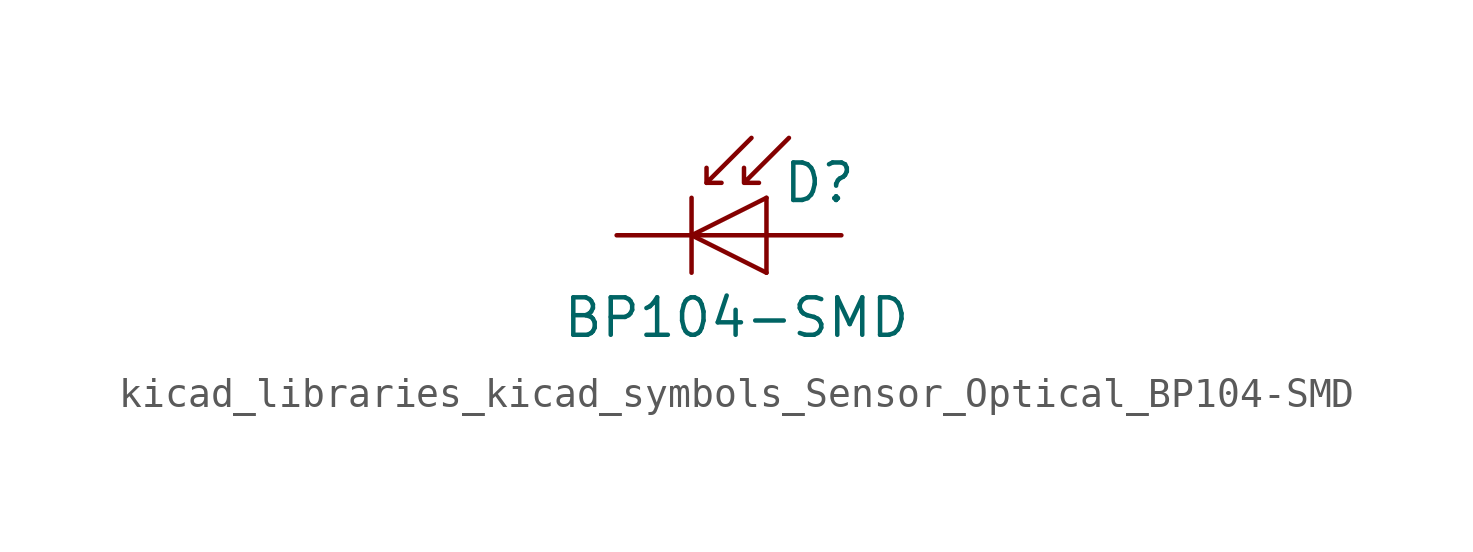
<source format=kicad_sym>
(kicad_symbol_lib
  (version 20220914)
  (generator kicad_symbol_editor)
  (symbol "kicad_libraries_kicad_symbols_Sensor_Optical_BP104-SMD"
    (pin_numbers hide)
    (pin_names
      (offset 1.016) hide)
    (property "Reference" "D"
      (at 0.508 1.778 0)
      (effects (font (size 1.27 1.27)) (justify left)))
    (property "Value" "BP104-SMD"
      (at -1.016 -2.794 0)
      (effects (font (size 1.27 1.27))))
    (symbol "kicad_libraries_kicad_symbols_Sensor_Optical_BP104-SMD_0_1"
      (polyline (pts (xy -2.54 1.27) (xy -2.54 -1.27)) (stroke (width 0.152) (type default)) (fill (type none)))
      (polyline (pts (xy -2.032 1.778) (xy -1.524 1.778)) (stroke (width 0) (type default)) (fill (type none)))
      (polyline (pts (xy 0 -1.27) (xy 0 1.27)) (stroke (width 0) (type default)) (fill (type none)))
      (polyline (pts (xy 0 0) (xy -2.54 0)) (stroke (width 0) (type default)) (fill (type none)))
      (polyline (pts (xy -0.508 3.302) (xy -2.032 1.778) (xy -2.032 2.286)) (stroke (width 0) (type default)) (fill (type none)))
      (polyline (pts (xy 0 1.27) (xy -2.54 0) (xy 0 -1.27)) (stroke (width 0) (type default)) (fill (type none)))
      (polyline (pts (xy 0.762 3.302) (xy -0.762 1.778) (xy -0.762 2.286) (xy -0.762 1.778) (xy -0.254 1.778)) (stroke (width 0) (type default)) (fill (type none))))
    (symbol "kicad_libraries_kicad_symbols_Sensor_Optical_BP104-SMD_1_1"
      (pin passive line (at -5.08 0 0) (length 2.54) (name "K" (effects (font (size 1.27 1.27)))) (number "1" (effects (font (size 1.27 1.27)))))
      (pin passive line (at 2.54 0 180) (length 2.54) (name "A" (effects (font (size 1.27 1.27)))) (number "2" (effects (font (size 1.27 1.27))))))))
</source>
